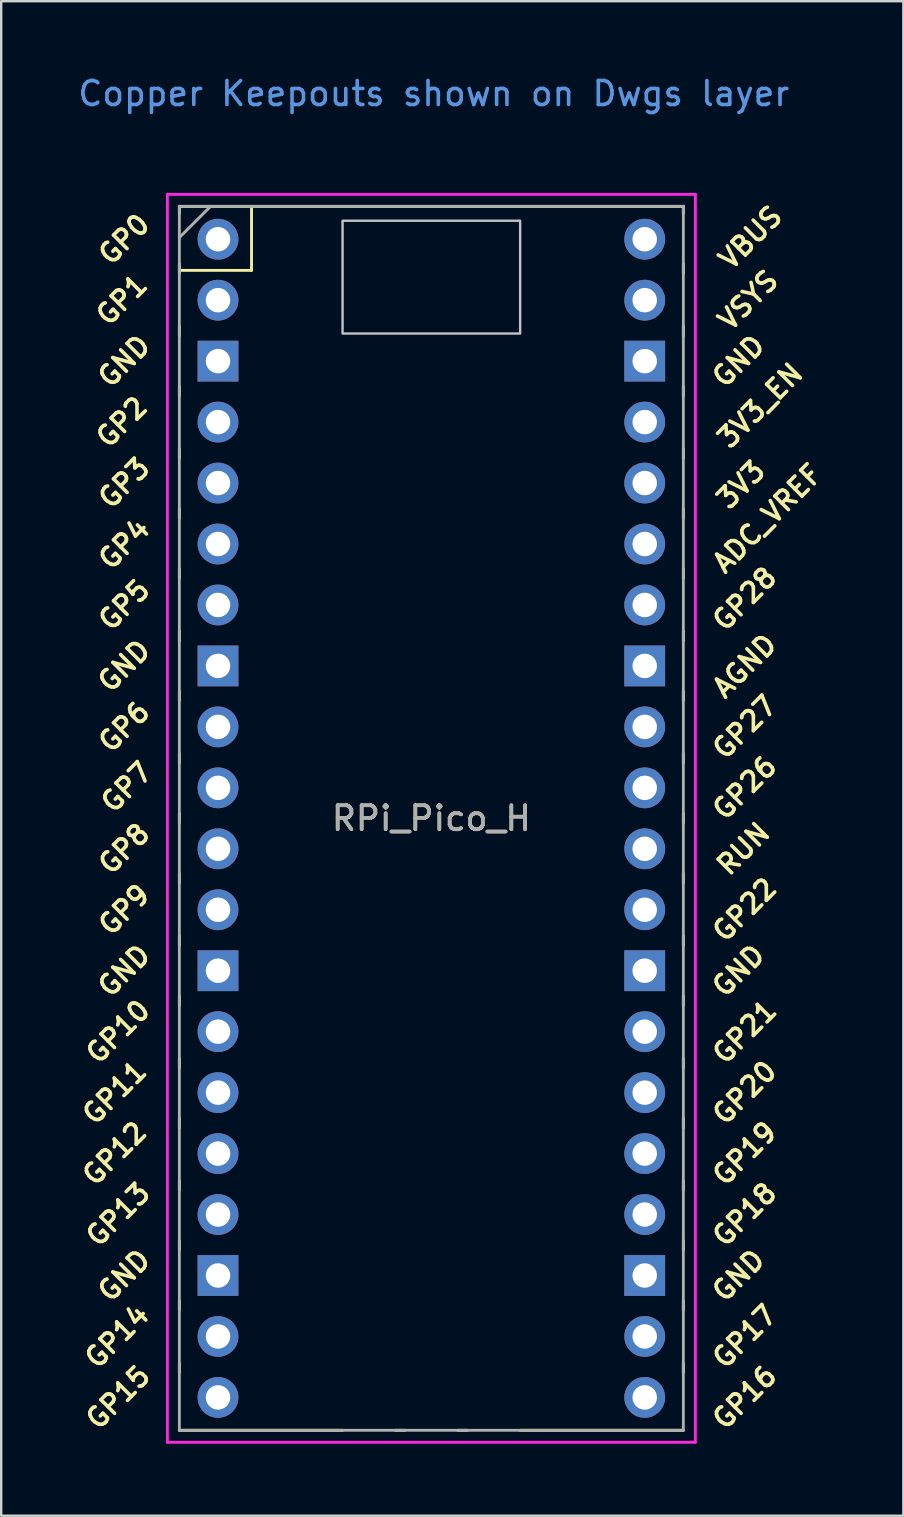
<source format=kicad_pcb>
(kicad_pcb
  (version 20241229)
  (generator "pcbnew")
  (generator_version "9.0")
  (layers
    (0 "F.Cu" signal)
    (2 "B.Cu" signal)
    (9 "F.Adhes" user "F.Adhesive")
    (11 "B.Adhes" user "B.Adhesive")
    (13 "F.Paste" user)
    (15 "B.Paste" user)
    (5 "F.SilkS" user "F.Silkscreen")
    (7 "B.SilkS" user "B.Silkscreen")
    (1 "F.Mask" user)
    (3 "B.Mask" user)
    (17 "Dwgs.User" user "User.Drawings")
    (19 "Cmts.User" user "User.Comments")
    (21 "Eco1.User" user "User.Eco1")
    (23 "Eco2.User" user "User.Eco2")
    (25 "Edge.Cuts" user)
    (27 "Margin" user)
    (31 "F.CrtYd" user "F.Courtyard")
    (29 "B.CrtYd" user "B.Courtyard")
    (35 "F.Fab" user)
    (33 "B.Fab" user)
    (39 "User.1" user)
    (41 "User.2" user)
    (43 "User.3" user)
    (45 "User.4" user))
  (footprint "RPi_Pico_H"
    (layer "F.Cu")
    (at 14.924 31.048)
    (property "Reference" "RPi_Pico_H" (at 0 0 0) (layer "F.SilkS") (effects (font (size 1 1) (thickness 0.15))))
    (attr through_hole)
    (fp_line (start -10.5 -25.5) (end -10.5 -25.2) (stroke (width 0.12) (type solid)) (layer "F.SilkS"))
    (fp_line (start -10.5 -25.5) (end 10.5 -25.5) (stroke (width 0.12) (type solid)) (layer "F.SilkS"))
    (fp_line (start -10.5 -23.1) (end -10.5 -22.7) (stroke (width 0.12) (type solid)) (layer "F.SilkS"))
    (fp_line (start -10.5 -22.833) (end -7.493 -22.833) (stroke (width 0.12) (type solid)) (layer "F.SilkS"))
    (fp_line (start -10.5 -20.5) (end -10.5 -20.1) (stroke (width 0.12) (type solid)) (layer "F.SilkS"))
    (fp_line (start -10.5 -18) (end -10.5 -17.6) (stroke (width 0.12) (type solid)) (layer "F.SilkS"))
    (fp_line (start -10.5 -15.4) (end -10.5 -15) (stroke (width 0.12) (type solid)) (layer "F.SilkS"))
    (fp_line (start -10.5 -12.9) (end -10.5 -12.5) (stroke (width 0.12) (type solid)) (layer "F.SilkS"))
    (fp_line (start -10.5 -10.4) (end -10.5 -10) (stroke (width 0.12) (type solid)) (layer "F.SilkS"))
    (fp_line (start -10.5 -7.8) (end -10.5 -7.4) (stroke (width 0.12) (type solid)) (layer "F.SilkS"))
    (fp_line (start -10.5 -5.3) (end -10.5 -4.9) (stroke (width 0.12) (type solid)) (layer "F.SilkS"))
    (fp_line (start -10.5 -2.7) (end -10.5 -2.3) (stroke (width 0.12) (type solid)) (layer "F.SilkS"))
    (fp_line (start -10.5 -0.2) (end -10.5 0.2) (stroke (width 0.12) (type solid)) (layer "F.SilkS"))
    (fp_line (start -10.5 2.3) (end -10.5 2.7) (stroke (width 0.12) (type solid)) (layer "F.SilkS"))
    (fp_line (start -10.5 4.9) (end -10.5 5.3) (stroke (width 0.12) (type solid)) (layer "F.SilkS"))
    (fp_line (start -10.5 7.4) (end -10.5 7.8) (stroke (width 0.12) (type solid)) (layer "F.SilkS"))
    (fp_line (start -10.5 10) (end -10.5 10.4) (stroke (width 0.12) (type solid)) (layer "F.SilkS"))
    (fp_line (start -10.5 12.5) (end -10.5 12.9) (stroke (width 0.12) (type solid)) (layer "F.SilkS"))
    (fp_line (start -10.5 15.1) (end -10.5 15.5) (stroke (width 0.12) (type solid)) (layer "F.SilkS"))
    (fp_line (start -10.5 17.6) (end -10.5 18) (stroke (width 0.12) (type solid)) (layer "F.SilkS"))
    (fp_line (start -10.5 20.1) (end -10.5 20.5) (stroke (width 0.12) (type solid)) (layer "F.SilkS"))
    (fp_line (start -10.5 22.7) (end -10.5 23.1) (stroke (width 0.12) (type solid)) (layer "F.SilkS"))
    (fp_line (start -7.493 -22.833) (end -7.493 -25.5) (stroke (width 0.12) (type solid)) (layer "F.SilkS"))
    (fp_line (start -3.7 25.5) (end -10.5 25.5) (stroke (width 0.12) (type solid)) (layer "F.SilkS"))
    (fp_line (start -1.5 25.5) (end -1.1 25.5) (stroke (width 0.12) (type solid)) (layer "F.SilkS"))
    (fp_line (start 1.1 25.5) (end 1.5 25.5) (stroke (width 0.12) (type solid)) (layer "F.SilkS"))
    (fp_line (start 10.5 -25.5) (end 10.5 -25.2) (stroke (width 0.12) (type solid)) (layer "F.SilkS"))
    (fp_line (start 10.5 -23.1) (end 10.5 -22.7) (stroke (width 0.12) (type solid)) (layer "F.SilkS"))
    (fp_line (start 10.5 -20.5) (end 10.5 -20.1) (stroke (width 0.12) (type solid)) (layer "F.SilkS"))
    (fp_line (start 10.5 -18) (end 10.5 -17.6) (stroke (width 0.12) (type solid)) (layer "F.SilkS"))
    (fp_line (start 10.5 -15.4) (end 10.5 -15) (stroke (width 0.12) (type solid)) (layer "F.SilkS"))
    (fp_line (start 10.5 -12.9) (end 10.5 -12.5) (stroke (width 0.12) (type solid)) (layer "F.SilkS"))
    (fp_line (start 10.5 -10.4) (end 10.5 -10) (stroke (width 0.12) (type solid)) (layer "F.SilkS"))
    (fp_line (start 10.5 -7.8) (end 10.5 -7.4) (stroke (width 0.12) (type solid)) (layer "F.SilkS"))
    (fp_line (start 10.5 -5.3) (end 10.5 -4.9) (stroke (width 0.12) (type solid)) (layer "F.SilkS"))
    (fp_line (start 10.5 -2.7) (end 10.5 -2.3) (stroke (width 0.12) (type solid)) (layer "F.SilkS"))
    (fp_line (start 10.5 -0.2) (end 10.5 0.2) (stroke (width 0.12) (type solid)) (layer "F.SilkS"))
    (fp_line (start 10.5 2.3) (end 10.5 2.7) (stroke (width 0.12) (type solid)) (layer "F.SilkS"))
    (fp_line (start 10.5 4.9) (end 10.5 5.3) (stroke (width 0.12) (type solid)) (layer "F.SilkS"))
    (fp_line (start 10.5 7.4) (end 10.5 7.8) (stroke (width 0.12) (type solid)) (layer "F.SilkS"))
    (fp_line (start 10.5 10) (end 10.5 10.4) (stroke (width 0.12) (type solid)) (layer "F.SilkS"))
    (fp_line (start 10.5 12.5) (end 10.5 12.9) (stroke (width 0.12) (type solid)) (layer "F.SilkS"))
    (fp_line (start 10.5 15.1) (end 10.5 15.5) (stroke (width 0.12) (type solid)) (layer "F.SilkS"))
    (fp_line (start 10.5 17.6) (end 10.5 18) (stroke (width 0.12) (type solid)) (layer "F.SilkS"))
    (fp_line (start 10.5 20.1) (end 10.5 20.5) (stroke (width 0.12) (type solid)) (layer "F.SilkS"))
    (fp_line (start 10.5 22.7) (end 10.5 23.1) (stroke (width 0.12) (type solid)) (layer "F.SilkS"))
    (fp_line (start 10.5 25.5) (end 3.7 25.5) (stroke (width 0.12) (type solid)) (layer "F.SilkS"))
    (fp_poly (pts (xy 3.7 -20.2) (xy -3.7 -20.2) (xy -3.7 -24.9) (xy 3.7 -24.9)) (stroke (width 0.1) (type solid)) (fill no) (layer "Dwgs.User"))
    (fp_line (start -11 -26) (end 11 -26) (stroke (width 0.12) (type solid)) (layer "F.CrtYd"))
    (fp_line (start -11 26) (end -11 -26) (stroke (width 0.12) (type solid)) (layer "F.CrtYd"))
    (fp_line (start 11 -26) (end 11 26) (stroke (width 0.12) (type solid)) (layer "F.CrtYd"))
    (fp_line (start 11 26) (end -11 26) (stroke (width 0.12) (type solid)) (layer "F.CrtYd"))
    (fp_line (start -10.5 -25.5) (end 10.5 -25.5) (stroke (width 0.12) (type solid)) (layer "F.Fab"))
    (fp_line (start -10.5 -24.2) (end -9.2 -25.5) (stroke (width 0.12) (type solid)) (layer "F.Fab"))
    (fp_line (start -10.5 25.5) (end -10.5 -25.5) (stroke (width 0.12) (type solid)) (layer "F.Fab"))
    (fp_line (start 10.5 -25.5) (end 10.5 25.5) (stroke (width 0.12) (type solid)) (layer "F.Fab"))
    (fp_line (start 10.5 25.5) (end -10.5 25.5) (stroke (width 0.12) (type solid)) (layer "F.Fab"))
    (fp_text user "GP27" (at 13.054 -3.8 45) (layer "F.SilkS") (effects (font (size 0.8 0.8) (thickness 0.15))))
    (fp_text user "VSYS" (at 13.2 -21.59 45) (layer "F.SilkS") (effects (font (size 0.8 0.8) (thickness 0.15))))
    (fp_text user "GP4" (at -12.8 -11.43 45) (layer "F.SilkS") (effects (font (size 0.8 0.8) (thickness 0.15))))
    (fp_text user "GP21" (at 13.054 8.9 45) (layer "F.SilkS") (effects (font (size 0.8 0.8) (thickness 0.15))))
    (fp_text user "RUN" (at 13 1.27 45) (layer "F.SilkS") (effects (font (size 0.8 0.8) (thickness 0.15))))
    (fp_text user "GP26" (at 13.054 -1.27 45) (layer "F.SilkS") (effects (font (size 0.8 0.8) (thickness 0.15))))
    (fp_text user "AGND" (at 13.054 -6.35 45) (layer "F.SilkS") (effects (font (size 0.8 0.8) (thickness 0.15))))
    (fp_text user "GP0" (at -12.8 -24.13 45) (layer "F.SilkS") (effects (font (size 0.8 0.8) (thickness 0.15))))
    (fp_text user "GP6" (at -12.8 -3.81 45) (layer "F.SilkS") (effects (font (size 0.8 0.8) (thickness 0.15))))
    (fp_text user "GP19" (at 13.054 13.97 45) (layer "F.SilkS") (effects (font (size 0.8 0.8) (thickness 0.15))))
    (fp_text user "GP22" (at 13.054 3.81 45) (layer "F.SilkS") (effects (font (size 0.8 0.8) (thickness 0.15))))
    (fp_text user "GP17" (at 13.054 21.59 45) (layer "F.SilkS") (effects (font (size 0.8 0.8) (thickness 0.15))))
    (fp_text user "GP5" (at -12.8 -8.89 45) (layer "F.SilkS") (effects (font (size 0.8 0.8) (thickness 0.15))))
    (fp_text user "GP15" (at -13.054 24.13 45) (layer "F.SilkS") (effects (font (size 0.8 0.8) (thickness 0.15))))
    (fp_text user "GND" (at 12.8 -19.05 45) (layer "F.SilkS") (effects (font (size 0.8 0.8) (thickness 0.15))))
    (fp_text user "GP7" (at -12.7 -1.3 45) (layer "F.SilkS") (effects (font (size 0.8 0.8) (thickness 0.15))))
    (fp_text user "GP11" (at -13.2 11.43 45) (layer "F.SilkS") (effects (font (size 0.8 0.8) (thickness 0.15))))
    (fp_text user "GND" (at -12.8 -6.35 45) (layer "F.SilkS") (effects (font (size 0.8 0.8) (thickness 0.15))))
    (fp_text user "GND" (at 12.8 6.35 45) (layer "F.SilkS") (effects (font (size 0.8 0.8) (thickness 0.15))))
    (fp_text user "GP18" (at 13.054 16.51 45) (layer "F.SilkS") (effects (font (size 0.8 0.8) (thickness 0.15))))
    (fp_text user "GND" (at 12.8 19.05 45) (layer "F.SilkS") (effects (font (size 0.8 0.8) (thickness 0.15))))
    (fp_text user "GP9" (at -12.8 3.81 45) (layer "F.SilkS") (effects (font (size 0.8 0.8) (thickness 0.15))))
    (fp_text user "VBUS" (at 13.3 -24.2 45) (layer "F.SilkS") (effects (font (size 0.8 0.8) (thickness 0.15))))
    (fp_text user "GP1" (at -12.9 -21.6 45) (layer "F.SilkS") (effects (font (size 0.8 0.8) (thickness 0.15))))
    (fp_text user "GND" (at -12.8 6.35 45) (layer "F.SilkS") (effects (font (size 0.8 0.8) (thickness 0.15))))
    (fp_text user "GP12" (at -13.2 13.97 45) (layer "F.SilkS") (effects (font (size 0.8 0.8) (thickness 0.15))))
    (fp_text user "GP14" (at -13.1 21.59 45) (layer "F.SilkS") (effects (font (size 0.8 0.8) (thickness 0.15))))
    (fp_text user "3V3" (at 12.9 -13.9 45) (layer "F.SilkS") (effects (font (size 0.8 0.8) (thickness 0.15))))
    (fp_text user "GP8" (at -12.8 1.27 45) (layer "F.SilkS") (effects (font (size 0.8 0.8) (thickness 0.15))))
    (fp_text user "GND" (at -12.8 -19.05 45) (layer "F.SilkS") (effects (font (size 0.8 0.8) (thickness 0.15))))
    (fp_text user "GP28" (at 13.054 -9.144 45) (layer "F.SilkS") (effects (font (size 0.8 0.8) (thickness 0.15))))
    (fp_text user "GND" (at -12.8 19.05 45) (layer "F.SilkS") (effects (font (size 0.8 0.8) (thickness 0.15))))
    (fp_text user "GP3" (at -12.8 -13.97 45) (layer "F.SilkS") (effects (font (size 0.8 0.8) (thickness 0.15))))
    (fp_text user "ADC_VREF" (at 14 -12.5 45) (layer "F.SilkS") (effects (font (size 0.8 0.8) (thickness 0.15))))
    (fp_text user "GP16" (at 13.054 24.13 45) (layer "F.SilkS") (effects (font (size 0.8 0.8) (thickness 0.15))))
    (fp_text user "3V3_EN" (at 13.7 -17.2 45) (layer "F.SilkS") (effects (font (size 0.8 0.8) (thickness 0.15))))
    (fp_text user "GP10" (at -13.054 8.89 45) (layer "F.SilkS") (effects (font (size 0.8 0.8) (thickness 0.15))))
    (fp_text user "GP2" (at -12.9 -16.51 45) (layer "F.SilkS") (effects (font (size 0.8 0.8) (thickness 0.15))))
    (fp_text user "GP20" (at 13.054 11.43 45) (layer "F.SilkS") (effects (font (size 0.8 0.8) (thickness 0.15))))
    (fp_text user "GP13" (at -13.054 16.51 45) (layer "F.SilkS") (effects (font (size 0.8 0.8) (thickness 0.15))))
    (fp_text user "Copper Keepouts shown on Dwgs layer" (at 0.1 -30.2 0) (layer "Cmts.User") (effects (font (size 1 1) (thickness 0.15))))
    (fp_text user "${REFERENCE}" (at 0 0 180) (layer "F.Fab") (effects (font (size 1 1) (thickness 0.15))))
    (pad "1" thru_hole oval (at -8.89 -24.13) (size 1.7 1.7) (drill 1.02) (layers "*.Cu" "*.Mask"))
    (pad "2" thru_hole oval (at -8.89 -21.59) (size 1.7 1.7) (drill 1.02) (layers "*.Cu" "*.Mask"))
    (pad "3" thru_hole rect (at -8.89 -19.05) (size 1.7 1.7) (drill 1.02) (layers "*.Cu" "*.Mask"))
    (pad "4" thru_hole oval (at -8.89 -16.51) (size 1.7 1.7) (drill 1.02) (layers "*.Cu" "*.Mask"))
    (pad "5" thru_hole oval (at -8.89 -13.97) (size 1.7 1.7) (drill 1.02) (layers "*.Cu" "*.Mask"))
    (pad "6" thru_hole oval (at -8.89 -11.43) (size 1.7 1.7) (drill 1.02) (layers "*.Cu" "*.Mask"))
    (pad "7" thru_hole oval (at -8.89 -8.89) (size 1.7 1.7) (drill 1.02) (layers "*.Cu" "*.Mask"))
    (pad "8" thru_hole rect (at -8.89 -6.35) (size 1.7 1.7) (drill 1.02) (layers "*.Cu" "*.Mask"))
    (pad "9" thru_hole oval (at -8.89 -3.81) (size 1.7 1.7) (drill 1.02) (layers "*.Cu" "*.Mask"))
    (pad "10" thru_hole oval (at -8.89 -1.27) (size 1.7 1.7) (drill 1.02) (layers "*.Cu" "*.Mask"))
    (pad "11" thru_hole oval (at -8.89 1.27) (size 1.7 1.7) (drill 1.02) (layers "*.Cu" "*.Mask"))
    (pad "12" thru_hole oval (at -8.89 3.81) (size 1.7 1.7) (drill 1.02) (layers "*.Cu" "*.Mask"))
    (pad "13" thru_hole rect (at -8.89 6.35) (size 1.7 1.7) (drill 1.02) (layers "*.Cu" "*.Mask"))
    (pad "14" thru_hole oval (at -8.89 8.89) (size 1.7 1.7) (drill 1.02) (layers "*.Cu" "*.Mask"))
    (pad "15" thru_hole oval (at -8.89 11.43) (size 1.7 1.7) (drill 1.02) (layers "*.Cu" "*.Mask"))
    (pad "16" thru_hole oval (at -8.89 13.97) (size 1.7 1.7) (drill 1.02) (layers "*.Cu" "*.Mask"))
    (pad "17" thru_hole oval (at -8.89 16.51) (size 1.7 1.7) (drill 1.02) (layers "*.Cu" "*.Mask"))
    (pad "18" thru_hole rect (at -8.89 19.05) (size 1.7 1.7) (drill 1.02) (layers "*.Cu" "*.Mask"))
    (pad "19" thru_hole oval (at -8.89 21.59) (size 1.7 1.7) (drill 1.02) (layers "*.Cu" "*.Mask"))
    (pad "20" thru_hole oval (at -8.89 24.13) (size 1.7 1.7) (drill 1.02) (layers "*.Cu" "*.Mask"))
    (pad "21" thru_hole oval (at 8.89 24.13) (size 1.7 1.7) (drill 1.02) (layers "*.Cu" "*.Mask"))
    (pad "22" thru_hole oval (at 8.89 21.59) (size 1.7 1.7) (drill 1.02) (layers "*.Cu" "*.Mask"))
    (pad "23" thru_hole rect (at 8.89 19.05) (size 1.7 1.7) (drill 1.02) (layers "*.Cu" "*.Mask"))
    (pad "24" thru_hole oval (at 8.89 16.51) (size 1.7 1.7) (drill 1.02) (layers "*.Cu" "*.Mask"))
    (pad "25" thru_hole oval (at 8.89 13.97) (size 1.7 1.7) (drill 1.02) (layers "*.Cu" "*.Mask"))
    (pad "26" thru_hole oval (at 8.89 11.43) (size 1.7 1.7) (drill 1.02) (layers "*.Cu" "*.Mask"))
    (pad "27" thru_hole oval (at 8.89 8.89) (size 1.7 1.7) (drill 1.02) (layers "*.Cu" "*.Mask"))
    (pad "28" thru_hole rect (at 8.89 6.35) (size 1.7 1.7) (drill 1.02) (layers "*.Cu" "*.Mask"))
    (pad "29" thru_hole oval (at 8.89 3.81) (size 1.7 1.7) (drill 1.02) (layers "*.Cu" "*.Mask"))
    (pad "30" thru_hole oval (at 8.89 1.27) (size 1.7 1.7) (drill 1.02) (layers "*.Cu" "*.Mask"))
    (pad "31" thru_hole oval (at 8.89 -1.27) (size 1.7 1.7) (drill 1.02) (layers "*.Cu" "*.Mask"))
    (pad "32" thru_hole oval (at 8.89 -3.81) (size 1.7 1.7) (drill 1.02) (layers "*.Cu" "*.Mask"))
    (pad "33" thru_hole rect (at 8.89 -6.35) (size 1.7 1.7) (drill 1.02) (layers "*.Cu" "*.Mask"))
    (pad "34" thru_hole oval (at 8.89 -8.89) (size 1.7 1.7) (drill 1.02) (layers "*.Cu" "*.Mask"))
    (pad "35" thru_hole oval (at 8.89 -11.43) (size 1.7 1.7) (drill 1.02) (layers "*.Cu" "*.Mask"))
    (pad "36" thru_hole oval (at 8.89 -13.97) (size 1.7 1.7) (drill 1.02) (layers "*.Cu" "*.Mask"))
    (pad "37" thru_hole oval (at 8.89 -16.51) (size 1.7 1.7) (drill 1.02) (layers "*.Cu" "*.Mask"))
    (pad "38" thru_hole rect (at 8.89 -19.05) (size 1.7 1.7) (drill 1.02) (layers "*.Cu" "*.Mask"))
    (pad "39" thru_hole oval (at 8.89 -21.59) (size 1.7 1.7) (drill 1.02) (layers "*.Cu" "*.Mask"))
    (pad "40" thru_hole oval (at 8.89 -24.13) (size 1.7 1.7) (drill 1.02) (layers "*.Cu" "*.Mask")))
  (gr_rect
    (start -3 -3)
    (end 34.591 60.108)
    (stroke (width 0.1) (type default))
    (fill no)
    (layer "Edge.Cuts")))
</source>
